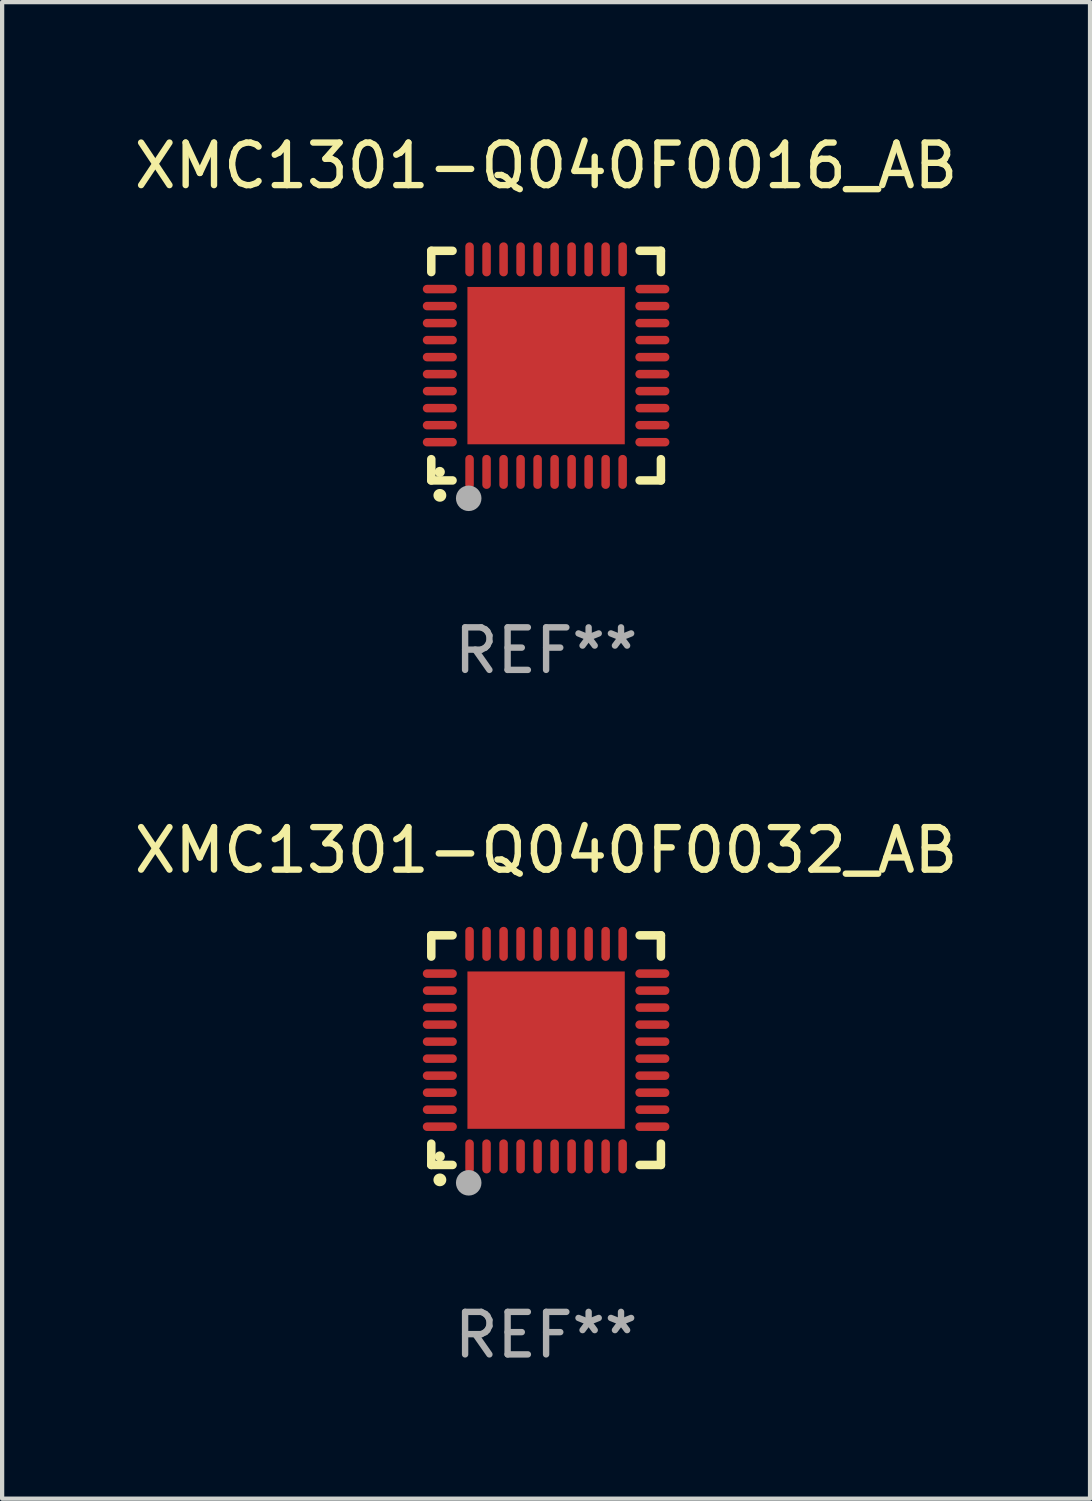
<source format=kicad_pcb>
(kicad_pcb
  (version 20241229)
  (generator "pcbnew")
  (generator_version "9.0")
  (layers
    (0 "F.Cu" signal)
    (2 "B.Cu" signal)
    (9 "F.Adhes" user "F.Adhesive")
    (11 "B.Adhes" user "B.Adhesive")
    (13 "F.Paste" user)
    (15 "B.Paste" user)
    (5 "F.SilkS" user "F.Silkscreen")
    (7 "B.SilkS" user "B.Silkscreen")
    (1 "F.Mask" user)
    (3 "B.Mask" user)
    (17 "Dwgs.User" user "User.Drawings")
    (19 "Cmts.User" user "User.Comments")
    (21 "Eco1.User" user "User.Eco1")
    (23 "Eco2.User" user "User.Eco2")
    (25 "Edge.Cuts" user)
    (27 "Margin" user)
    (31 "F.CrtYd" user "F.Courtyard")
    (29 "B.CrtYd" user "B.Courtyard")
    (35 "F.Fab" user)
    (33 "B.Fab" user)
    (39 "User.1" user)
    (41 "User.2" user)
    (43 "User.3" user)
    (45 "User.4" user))
  (footprint "XMC1301-Q040F0016_AB"
    (layer "F.Cu")
    (at 9.792 5.548)
    (property "Reference" "XMC1301-Q040F0016_AB" (at 0 -4.7 0) (layer "F.SilkS") (effects (font (size 1 1) (thickness 0.15))))
    (attr through_hole)
    (fp_line (start -2.7 -2.7) (end -2.7 -2.2) (stroke (width 0.2) (type solid)) (layer "F.SilkS"))
    (fp_line (start -2.7 2.7) (end -2.7 2.2) (stroke (width 0.2) (type solid)) (layer "F.SilkS"))
    (fp_line (start -2.2 -2.7) (end -2.7 -2.7) (stroke (width 0.2) (type solid)) (layer "F.SilkS"))
    (fp_line (start -2.2 2.7) (end -2.7 2.7) (stroke (width 0.2) (type solid)) (layer "F.SilkS"))
    (fp_line (start 2.7 -2.7) (end 2.2 -2.7) (stroke (width 0.2) (type solid)) (layer "F.SilkS"))
    (fp_line (start 2.7 -2.2) (end 2.7 -2.7) (stroke (width 0.2) (type solid)) (layer "F.SilkS"))
    (fp_line (start 2.7 2.2) (end 2.7 2.7) (stroke (width 0.2) (type solid)) (layer "F.SilkS"))
    (fp_line (start 2.7 2.7) (end 2.2 2.7) (stroke (width 0.2) (type solid)) (layer "F.SilkS"))
    (fp_arc (start -2.499365 3.050546) (mid -2.498095 3.050541) (end -2.496825 3.050546) (stroke (width 0.3) (type solid)) (layer "F.SilkS"))
    (fp_circle (center -2.5 2.5) (end -2.44 2.5) (stroke (width 0.12) (type solid)) (fill no) (layer "F.SilkS"))
    (fp_circle (center -1.82 3.12) (end -1.67 3.12) (stroke (width 0.3) (type solid)) (fill no) (layer "F.Fab"))
    (fp_text user "REF**" (at 0 6.7 0) (layer "F.Fab") (effects (font (size 1 1) (thickness 0.15))))
    (pad "1" smd oval (at -1.8 2.499) (size 0.2 0.8) (layers "F.Cu" "F.Mask" "F.Paste"))
    (pad "2" smd oval (at -1.4 2.499) (size 0.2 0.8) (layers "F.Cu" "F.Mask" "F.Paste"))
    (pad "3" smd oval (at -1 2.499) (size 0.2 0.8) (layers "F.Cu" "F.Mask" "F.Paste"))
    (pad "4" smd oval (at -0.6 2.499) (size 0.2 0.8) (layers "F.Cu" "F.Mask" "F.Paste"))
    (pad "5" smd oval (at -0.2 2.499) (size 0.2 0.8) (layers "F.Cu" "F.Mask" "F.Paste"))
    (pad "6" smd oval (at 0.2 2.499) (size 0.2 0.8) (layers "F.Cu" "F.Mask" "F.Paste"))
    (pad "7" smd oval (at 0.6 2.499) (size 0.2 0.8) (layers "F.Cu" "F.Mask" "F.Paste"))
    (pad "8" smd oval (at 1 2.499) (size 0.2 0.8) (layers "F.Cu" "F.Mask" "F.Paste"))
    (pad "9" smd oval (at 1.4 2.499) (size 0.2 0.8) (layers "F.Cu" "F.Mask" "F.Paste"))
    (pad "10" smd oval (at 1.8 2.499) (size 0.2 0.8) (layers "F.Cu" "F.Mask" "F.Paste"))
    (pad "11" smd oval (at 2.499 1.8) (size 0.8 0.2) (layers "F.Cu" "F.Mask" "F.Paste"))
    (pad "12" smd oval (at 2.499 1.4) (size 0.8 0.2) (layers "F.Cu" "F.Mask" "F.Paste"))
    (pad "13" smd oval (at 2.499 1) (size 0.8 0.2) (layers "F.Cu" "F.Mask" "F.Paste"))
    (pad "14" smd oval (at 2.499 0.6) (size 0.8 0.2) (layers "F.Cu" "F.Mask" "F.Paste"))
    (pad "15" smd oval (at 2.499 0.2) (size 0.8 0.2) (layers "F.Cu" "F.Mask" "F.Paste"))
    (pad "16" smd oval (at 2.499 -0.2) (size 0.8 0.2) (layers "F.Cu" "F.Mask" "F.Paste"))
    (pad "17" smd oval (at 2.499 -0.6) (size 0.8 0.2) (layers "F.Cu" "F.Mask" "F.Paste"))
    (pad "18" smd oval (at 2.499 -1) (size 0.8 0.2) (layers "F.Cu" "F.Mask" "F.Paste"))
    (pad "19" smd oval (at 2.499 -1.4) (size 0.8 0.2) (layers "F.Cu" "F.Mask" "F.Paste"))
    (pad "20" smd oval (at 2.499 -1.8) (size 0.8 0.2) (layers "F.Cu" "F.Mask" "F.Paste"))
    (pad "21" smd oval (at 1.8 -2.499) (size 0.2 0.8) (layers "F.Cu" "F.Mask" "F.Paste"))
    (pad "22" smd oval (at 1.4 -2.499) (size 0.2 0.8) (layers "F.Cu" "F.Mask" "F.Paste"))
    (pad "23" smd oval (at 1 -2.499) (size 0.2 0.8) (layers "F.Cu" "F.Mask" "F.Paste"))
    (pad "24" smd oval (at 0.6 -2.499) (size 0.2 0.8) (layers "F.Cu" "F.Mask" "F.Paste"))
    (pad "25" smd oval (at 0.2 -2.499) (size 0.2 0.8) (layers "F.Cu" "F.Mask" "F.Paste"))
    (pad "26" smd oval (at -0.2 -2.499) (size 0.2 0.8) (layers "F.Cu" "F.Mask" "F.Paste"))
    (pad "27" smd oval (at -0.6 -2.499) (size 0.2 0.8) (layers "F.Cu" "F.Mask" "F.Paste"))
    (pad "28" smd oval (at -1 -2.499) (size 0.2 0.8) (layers "F.Cu" "F.Mask" "F.Paste"))
    (pad "29" smd oval (at -1.4 -2.499) (size 0.2 0.8) (layers "F.Cu" "F.Mask" "F.Paste"))
    (pad "30" smd oval (at -1.8 -2.499) (size 0.2 0.8) (layers "F.Cu" "F.Mask" "F.Paste"))
    (pad "31" smd oval (at -2.499 -1.8) (size 0.8 0.2) (layers "F.Cu" "F.Mask" "F.Paste"))
    (pad "32" smd oval (at -2.499 -1.4) (size 0.8 0.2) (layers "F.Cu" "F.Mask" "F.Paste"))
    (pad "33" smd oval (at -2.499 -1) (size 0.8 0.2) (layers "F.Cu" "F.Mask" "F.Paste"))
    (pad "34" smd oval (at -2.499 -0.6) (size 0.8 0.2) (layers "F.Cu" "F.Mask" "F.Paste"))
    (pad "35" smd oval (at -2.499 -0.2) (size 0.8 0.2) (layers "F.Cu" "F.Mask" "F.Paste"))
    (pad "36" smd oval (at -2.499 0.2) (size 0.8 0.2) (layers "F.Cu" "F.Mask" "F.Paste"))
    (pad "37" smd oval (at -2.499 0.6) (size 0.8 0.2) (layers "F.Cu" "F.Mask" "F.Paste"))
    (pad "38" smd oval (at -2.499 1) (size 0.8 0.2) (layers "F.Cu" "F.Mask" "F.Paste"))
    (pad "39" smd oval (at -2.499 1.4) (size 0.8 0.2) (layers "F.Cu" "F.Mask" "F.Paste"))
    (pad "40" smd oval (at -2.499 1.8) (size 0.8 0.2) (layers "F.Cu" "F.Mask" "F.Paste"))
    (pad "41" smd rect (at 0 0) (size 3.7 3.7) (layers "F.Cu" "F.Mask" "F.Paste")))
  (footprint "XMC1301-Q040F0032_AB"
    (layer "F.Cu")
    (at 9.792 21.645)
    (property "Reference" "XMC1301-Q040F0032_AB" (at 0 -4.7 0) (layer "F.SilkS") (effects (font (size 1 1) (thickness 0.15))))
    (attr through_hole)
    (fp_line (start -2.7 -2.7) (end -2.7 -2.2) (stroke (width 0.2) (type solid)) (layer "F.SilkS"))
    (fp_line (start -2.7 2.7) (end -2.7 2.2) (stroke (width 0.2) (type solid)) (layer "F.SilkS"))
    (fp_line (start -2.2 -2.7) (end -2.7 -2.7) (stroke (width 0.2) (type solid)) (layer "F.SilkS"))
    (fp_line (start -2.2 2.7) (end -2.7 2.7) (stroke (width 0.2) (type solid)) (layer "F.SilkS"))
    (fp_line (start 2.7 -2.7) (end 2.2 -2.7) (stroke (width 0.2) (type solid)) (layer "F.SilkS"))
    (fp_line (start 2.7 -2.2) (end 2.7 -2.7) (stroke (width 0.2) (type solid)) (layer "F.SilkS"))
    (fp_line (start 2.7 2.2) (end 2.7 2.7) (stroke (width 0.2) (type solid)) (layer "F.SilkS"))
    (fp_line (start 2.7 2.7) (end 2.2 2.7) (stroke (width 0.2) (type solid)) (layer "F.SilkS"))
    (fp_arc (start -2.499365 3.050546) (mid -2.498095 3.050541) (end -2.496825 3.050546) (stroke (width 0.3) (type solid)) (layer "F.SilkS"))
    (fp_circle (center -2.5 2.5) (end -2.44 2.5) (stroke (width 0.12) (type solid)) (fill no) (layer "F.SilkS"))
    (fp_circle (center -1.82 3.12) (end -1.67 3.12) (stroke (width 0.3) (type solid)) (fill no) (layer "F.Fab"))
    (fp_text user "REF**" (at 0 6.7 0) (layer "F.Fab") (effects (font (size 1 1) (thickness 0.15))))
    (pad "1" smd oval (at -1.8 2.499) (size 0.2 0.8) (layers "F.Cu" "F.Mask" "F.Paste"))
    (pad "2" smd oval (at -1.4 2.499) (size 0.2 0.8) (layers "F.Cu" "F.Mask" "F.Paste"))
    (pad "3" smd oval (at -1 2.499) (size 0.2 0.8) (layers "F.Cu" "F.Mask" "F.Paste"))
    (pad "4" smd oval (at -0.6 2.499) (size 0.2 0.8) (layers "F.Cu" "F.Mask" "F.Paste"))
    (pad "5" smd oval (at -0.2 2.499) (size 0.2 0.8) (layers "F.Cu" "F.Mask" "F.Paste"))
    (pad "6" smd oval (at 0.2 2.499) (size 0.2 0.8) (layers "F.Cu" "F.Mask" "F.Paste"))
    (pad "7" smd oval (at 0.6 2.499) (size 0.2 0.8) (layers "F.Cu" "F.Mask" "F.Paste"))
    (pad "8" smd oval (at 1 2.499) (size 0.2 0.8) (layers "F.Cu" "F.Mask" "F.Paste"))
    (pad "9" smd oval (at 1.4 2.499) (size 0.2 0.8) (layers "F.Cu" "F.Mask" "F.Paste"))
    (pad "10" smd oval (at 1.8 2.499) (size 0.2 0.8) (layers "F.Cu" "F.Mask" "F.Paste"))
    (pad "11" smd oval (at 2.499 1.8) (size 0.8 0.2) (layers "F.Cu" "F.Mask" "F.Paste"))
    (pad "12" smd oval (at 2.499 1.4) (size 0.8 0.2) (layers "F.Cu" "F.Mask" "F.Paste"))
    (pad "13" smd oval (at 2.499 1) (size 0.8 0.2) (layers "F.Cu" "F.Mask" "F.Paste"))
    (pad "14" smd oval (at 2.499 0.6) (size 0.8 0.2) (layers "F.Cu" "F.Mask" "F.Paste"))
    (pad "15" smd oval (at 2.499 0.2) (size 0.8 0.2) (layers "F.Cu" "F.Mask" "F.Paste"))
    (pad "16" smd oval (at 2.499 -0.2) (size 0.8 0.2) (layers "F.Cu" "F.Mask" "F.Paste"))
    (pad "17" smd oval (at 2.499 -0.6) (size 0.8 0.2) (layers "F.Cu" "F.Mask" "F.Paste"))
    (pad "18" smd oval (at 2.499 -1) (size 0.8 0.2) (layers "F.Cu" "F.Mask" "F.Paste"))
    (pad "19" smd oval (at 2.499 -1.4) (size 0.8 0.2) (layers "F.Cu" "F.Mask" "F.Paste"))
    (pad "20" smd oval (at 2.499 -1.8) (size 0.8 0.2) (layers "F.Cu" "F.Mask" "F.Paste"))
    (pad "21" smd oval (at 1.8 -2.499) (size 0.2 0.8) (layers "F.Cu" "F.Mask" "F.Paste"))
    (pad "22" smd oval (at 1.4 -2.499) (size 0.2 0.8) (layers "F.Cu" "F.Mask" "F.Paste"))
    (pad "23" smd oval (at 1 -2.499) (size 0.2 0.8) (layers "F.Cu" "F.Mask" "F.Paste"))
    (pad "24" smd oval (at 0.6 -2.499) (size 0.2 0.8) (layers "F.Cu" "F.Mask" "F.Paste"))
    (pad "25" smd oval (at 0.2 -2.499) (size 0.2 0.8) (layers "F.Cu" "F.Mask" "F.Paste"))
    (pad "26" smd oval (at -0.2 -2.499) (size 0.2 0.8) (layers "F.Cu" "F.Mask" "F.Paste"))
    (pad "27" smd oval (at -0.6 -2.499) (size 0.2 0.8) (layers "F.Cu" "F.Mask" "F.Paste"))
    (pad "28" smd oval (at -1 -2.499) (size 0.2 0.8) (layers "F.Cu" "F.Mask" "F.Paste"))
    (pad "29" smd oval (at -1.4 -2.499) (size 0.2 0.8) (layers "F.Cu" "F.Mask" "F.Paste"))
    (pad "30" smd oval (at -1.8 -2.499) (size 0.2 0.8) (layers "F.Cu" "F.Mask" "F.Paste"))
    (pad "31" smd oval (at -2.499 -1.8) (size 0.8 0.2) (layers "F.Cu" "F.Mask" "F.Paste"))
    (pad "32" smd oval (at -2.499 -1.4) (size 0.8 0.2) (layers "F.Cu" "F.Mask" "F.Paste"))
    (pad "33" smd oval (at -2.499 -1) (size 0.8 0.2) (layers "F.Cu" "F.Mask" "F.Paste"))
    (pad "34" smd oval (at -2.499 -0.6) (size 0.8 0.2) (layers "F.Cu" "F.Mask" "F.Paste"))
    (pad "35" smd oval (at -2.499 -0.2) (size 0.8 0.2) (layers "F.Cu" "F.Mask" "F.Paste"))
    (pad "36" smd oval (at -2.499 0.2) (size 0.8 0.2) (layers "F.Cu" "F.Mask" "F.Paste"))
    (pad "37" smd oval (at -2.499 0.6) (size 0.8 0.2) (layers "F.Cu" "F.Mask" "F.Paste"))
    (pad "38" smd oval (at -2.499 1) (size 0.8 0.2) (layers "F.Cu" "F.Mask" "F.Paste"))
    (pad "39" smd oval (at -2.499 1.4) (size 0.8 0.2) (layers "F.Cu" "F.Mask" "F.Paste"))
    (pad "40" smd oval (at -2.499 1.8) (size 0.8 0.2) (layers "F.Cu" "F.Mask" "F.Paste"))
    (pad "41" smd rect (at 0 0) (size 3.7 3.7) (layers "F.Cu" "F.Mask" "F.Paste")))
  (gr_rect
    (start -3 -3)
    (end 22.583 32.193)
    (stroke (width 0.1) (type default))
    (fill no)
    (layer "Edge.Cuts")))
</source>
